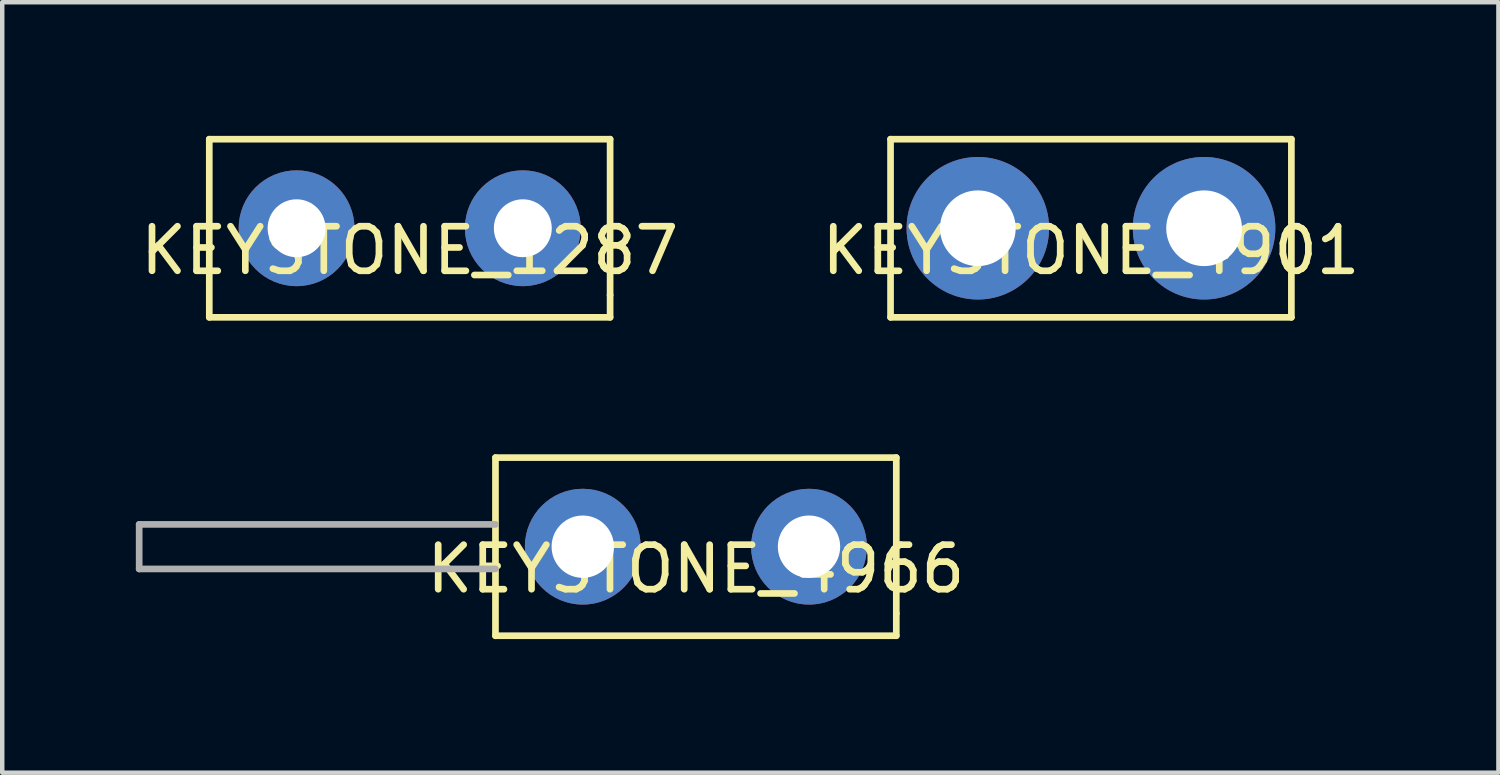
<source format=kicad_pcb>
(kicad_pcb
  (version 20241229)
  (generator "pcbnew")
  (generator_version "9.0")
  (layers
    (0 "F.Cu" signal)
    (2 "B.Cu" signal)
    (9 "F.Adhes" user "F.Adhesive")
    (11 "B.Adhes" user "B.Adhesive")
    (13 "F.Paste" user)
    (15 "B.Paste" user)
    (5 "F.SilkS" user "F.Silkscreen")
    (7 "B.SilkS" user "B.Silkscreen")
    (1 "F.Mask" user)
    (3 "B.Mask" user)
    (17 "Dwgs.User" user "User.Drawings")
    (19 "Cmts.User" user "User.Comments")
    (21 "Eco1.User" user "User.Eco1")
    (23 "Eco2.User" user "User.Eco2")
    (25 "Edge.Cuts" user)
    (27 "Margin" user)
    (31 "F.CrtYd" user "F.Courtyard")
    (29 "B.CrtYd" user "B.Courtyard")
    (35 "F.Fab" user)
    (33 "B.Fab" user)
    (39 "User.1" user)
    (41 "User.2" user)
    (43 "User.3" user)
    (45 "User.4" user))
  (footprint "KEYSTONE_1287"
    (layer "F.Cu")
    (at 6.149 2.075)
    (property "Reference" "KEYSTONE_1287" (at 0 0.5 0) (layer "F.SilkS") (effects (font (size 1 1) (thickness 0.15))))
    (attr through_hole)
    (fp_line (start -4.5 -2) (end 4.5 -2) (stroke (width 0.15) (type solid)) (layer "F.SilkS"))
    (fp_line (start -4.5 2) (end -4.5 -2) (stroke (width 0.15) (type solid)) (layer "F.SilkS"))
    (fp_line (start 4.5 -2) (end 4.5 1.5) (stroke (width 0.15) (type solid)) (layer "F.SilkS"))
    (fp_line (start 4.5 1.5) (end 4.5 2) (stroke (width 0.15) (type solid)) (layer "F.SilkS"))
    (fp_line (start 4.5 2) (end -4.5 2) (stroke (width 0.15) (type solid)) (layer "F.SilkS"))
    (pad "1" thru_hole circle (at -2.54 0) (size 2.6 2.6) (drill 1.3) (layers "*.Cu" "*.Mask"))
    (pad "1" thru_hole circle (at 2.54 0) (size 2.6 2.6) (drill 1.3) (layers "*.Cu" "*.Mask")))
  (footprint "KEYSTONE_4966"
    (layer "F.Cu")
    (at 12.575 9.225)
    (property "Reference" "KEYSTONE_4966" (at 0 0.5 0) (layer "F.SilkS") (effects (font (size 1 1) (thickness 0.15))))
    (attr through_hole)
    (fp_line (start -4.5 -2) (end 4.5 -2) (stroke (width 0.15) (type solid)) (layer "F.SilkS"))
    (fp_line (start -4.5 2) (end -4.5 -2) (stroke (width 0.15) (type solid)) (layer "F.SilkS"))
    (fp_line (start 4.5 -2) (end 4.5 1.5) (stroke (width 0.15) (type solid)) (layer "F.SilkS"))
    (fp_line (start 4.5 1.5) (end 4.5 2) (stroke (width 0.15) (type solid)) (layer "F.SilkS"))
    (fp_line (start 4.5 2) (end -4.5 2) (stroke (width 0.15) (type solid)) (layer "F.SilkS"))
    (fp_line (start -12.5 -0.5) (end -12.5 0.5) (stroke (width 0.15) (type solid)) (layer "F.Fab"))
    (fp_line (start -12.5 0.5) (end -4.5 0.5) (stroke (width 0.15) (type solid)) (layer "F.Fab"))
    (fp_line (start -4.5 -0.5) (end -12.5 -0.5) (stroke (width 0.15) (type solid)) (layer "F.Fab"))
    (pad "1" thru_hole circle (at -2.54 0) (size 2.6 2.6) (drill 1.4) (layers "*.Cu" "*.Mask"))
    (pad "1" thru_hole circle (at 2.54 0) (size 2.6 2.6) (drill 1.4) (layers "*.Cu" "*.Mask")))
  (footprint "KEYSTONE_4901"
    (layer "F.Cu")
    (at 21.446 2.075)
    (property "Reference" "KEYSTONE_4901" (at 0 0.5 0) (layer "F.SilkS") (effects (font (size 1 1) (thickness 0.15))))
    (attr through_hole)
    (fp_line (start -4.5 -2) (end 4.5 -2) (stroke (width 0.15) (type solid)) (layer "F.SilkS"))
    (fp_line (start -4.5 2) (end -4.5 -2) (stroke (width 0.15) (type solid)) (layer "F.SilkS"))
    (fp_line (start 4.5 -2) (end 4.5 2) (stroke (width 0.15) (type solid)) (layer "F.SilkS"))
    (fp_line (start 4.5 2) (end -4.5 2) (stroke (width 0.15) (type solid)) (layer "F.SilkS"))
    (pad "1" thru_hole circle (at -2.54 0) (size 3.2 3.2) (drill 1.7) (layers "*.Cu" "*.Mask"))
    (pad "1" thru_hole circle (at 2.54 0) (size 3.2 3.2) (drill 1.7) (layers "*.Cu" "*.Mask")))
  (gr_rect
    (start -3 -3)
    (end 30.595 14.3)
    (stroke (width 0.1) (type default))
    (fill no)
    (layer "Edge.Cuts")))
</source>
